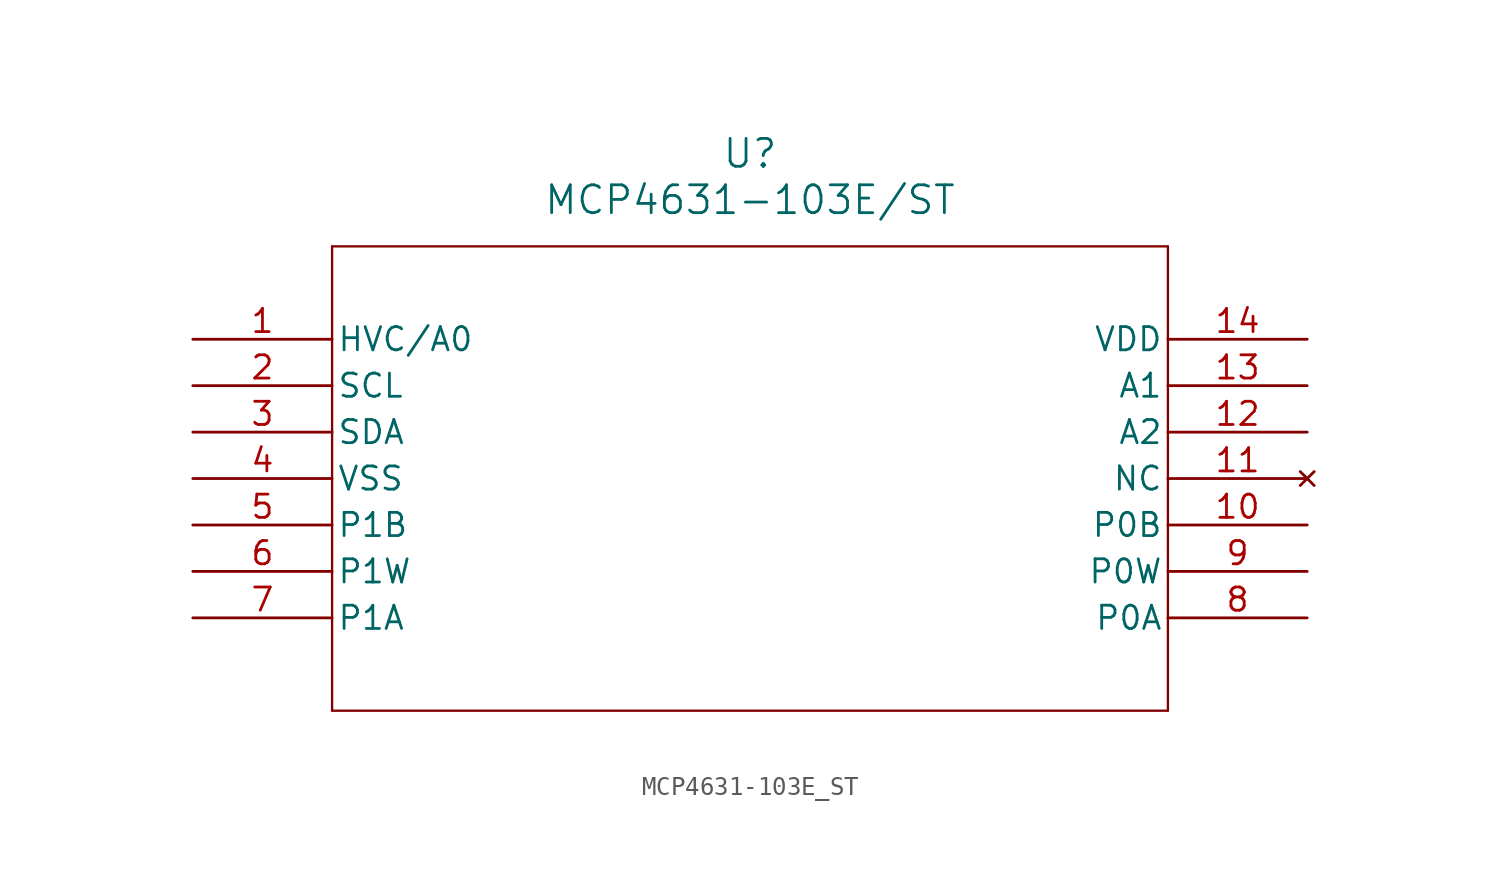
<source format=kicad_sym>
(kicad_symbol_lib
  (version 20211014)
  (generator kicad_symbol_editor)
  (symbol "MCP4631-103E_ST"
    (pin_names
      (offset 0.254))
    (property "Reference" "U"
      (at 30.48 10.16 0)
      (effects (font (size 1.524 1.524))))
    (property "Value" "MCP4631-103E/ST"
      (at 30.48 7.62 0)
      (effects (font (size 1.524 1.524))))
    (symbol "MCP4631-103E_ST_0_1"
      (polyline (pts (xy 7.62 5.08) (xy 7.62 -20.32)) (stroke (width 0.127) (type default) (color 0 0 0 0)) (fill (type none)))
      (polyline (pts (xy 7.62 -20.32) (xy 53.34 -20.32)) (stroke (width 0.127) (type default) (color 0 0 0 0)) (fill (type none)))
      (polyline (pts (xy 53.34 -20.32) (xy 53.34 5.08)) (stroke (width 0.127) (type default) (color 0 0 0 0)) (fill (type none)))
      (polyline (pts (xy 53.34 5.08) (xy 7.62 5.08)) (stroke (width 0.127) (type default) (color 0 0 0 0)) (fill (type none)))
      (pin input line (at 0 0 0) (length 7.62) (name "HVC/A0" (effects (font (size 1.27 1.27)))) (number "1" (effects (font (size 1.27 1.27)))))
      (pin input line (at 0 -2.54 0) (length 7.62) (name "SCL" (effects (font (size 1.27 1.27)))) (number "2" (effects (font (size 1.27 1.27)))))
      (pin bidirectional line (at 0 -5.08 0) (length 7.62) (name "SDA" (effects (font (size 1.27 1.27)))) (number "3" (effects (font (size 1.27 1.27)))))
      (pin power_in line (at 0 -7.62 0) (length 7.62) (name "VSS" (effects (font (size 1.27 1.27)))) (number "4" (effects (font (size 1.27 1.27)))))
      (pin unspecified line (at 0 -10.16 0) (length 7.62) (name "P1B" (effects (font (size 1.27 1.27)))) (number "5" (effects (font (size 1.27 1.27)))))
      (pin unspecified line (at 0 -12.7 0) (length 7.62) (name "P1W" (effects (font (size 1.27 1.27)))) (number "6" (effects (font (size 1.27 1.27)))))
      (pin unspecified line (at 0 -15.24 0) (length 7.62) (name "P1A" (effects (font (size 1.27 1.27)))) (number "7" (effects (font (size 1.27 1.27)))))
      (pin unspecified line (at 60.96 -15.24 180) (length 7.62) (name "P0A" (effects (font (size 1.27 1.27)))) (number "8" (effects (font (size 1.27 1.27)))))
      (pin unspecified line (at 60.96 -12.7 180) (length 7.62) (name "P0W" (effects (font (size 1.27 1.27)))) (number "9" (effects (font (size 1.27 1.27)))))
      (pin unspecified line (at 60.96 -10.16 180) (length 7.62) (name "P0B" (effects (font (size 1.27 1.27)))) (number "10" (effects (font (size 1.27 1.27)))))
      (pin no_connect line (at 60.96 -7.62 180) (length 7.62) (name "NC" (effects (font (size 1.27 1.27)))) (number "11" (effects (font (size 1.27 1.27)))))
      (pin input line (at 60.96 -5.08 180) (length 7.62) (name "A2" (effects (font (size 1.27 1.27)))) (number "12" (effects (font (size 1.27 1.27)))))
      (pin input line (at 60.96 -2.54 180) (length 7.62) (name "A1" (effects (font (size 1.27 1.27)))) (number "13" (effects (font (size 1.27 1.27)))))
      (pin power_in line (at 60.96 0 180) (length 7.62) (name "VDD" (effects (font (size 1.27 1.27)))) (number "14" (effects (font (size 1.27 1.27))))))))
</source>
